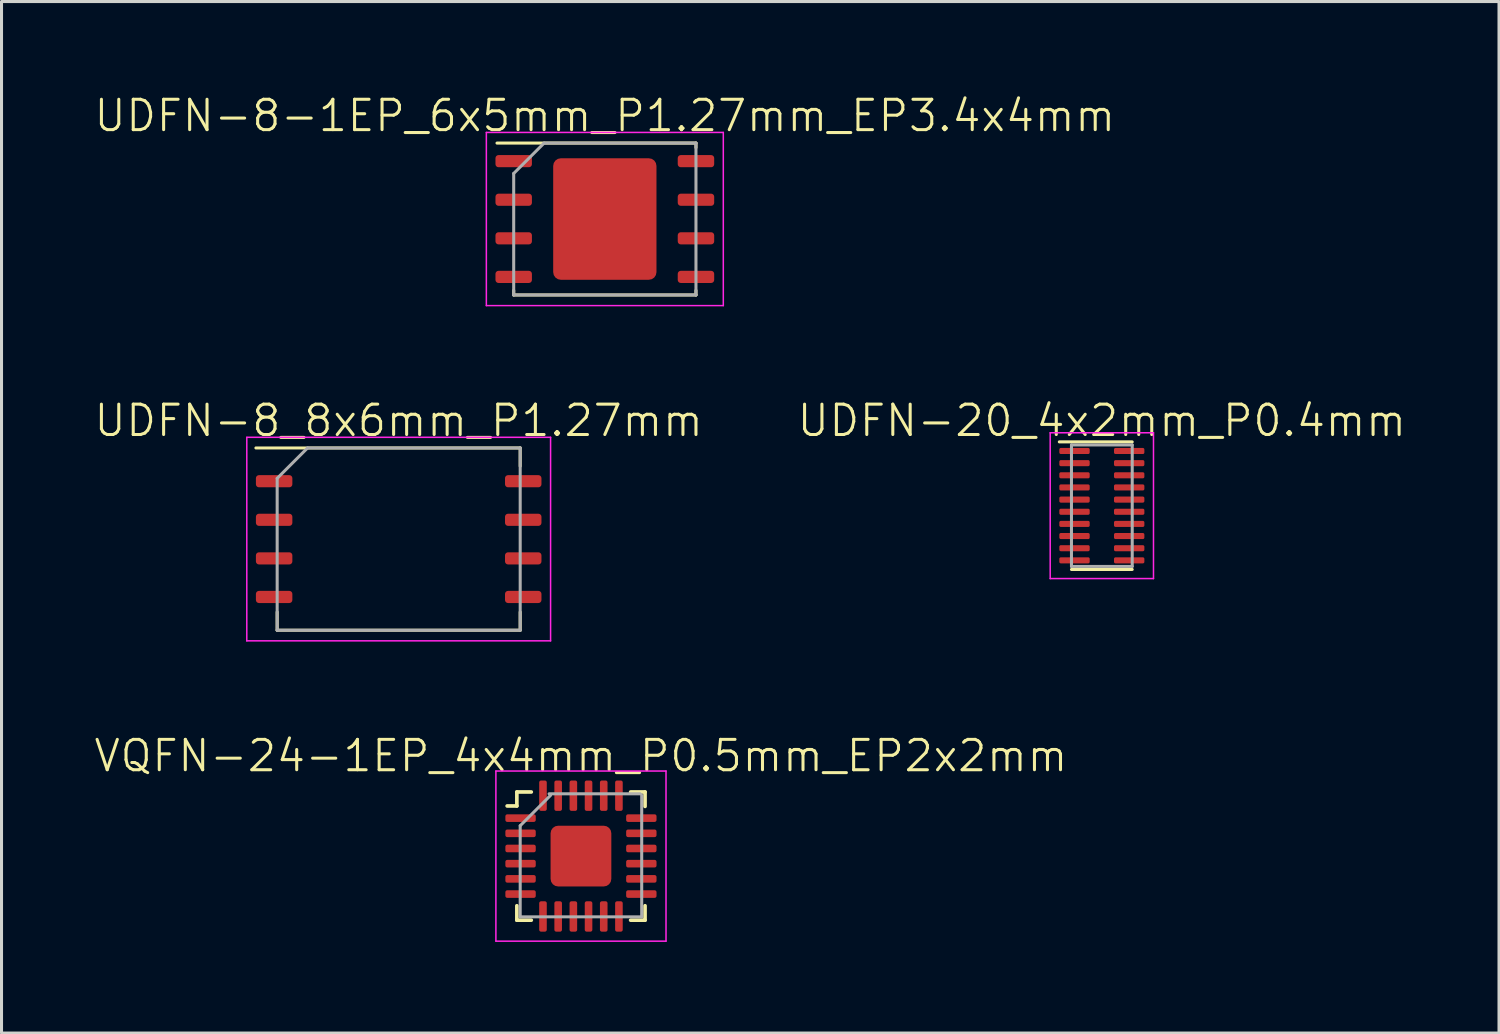
<source format=kicad_pcb>
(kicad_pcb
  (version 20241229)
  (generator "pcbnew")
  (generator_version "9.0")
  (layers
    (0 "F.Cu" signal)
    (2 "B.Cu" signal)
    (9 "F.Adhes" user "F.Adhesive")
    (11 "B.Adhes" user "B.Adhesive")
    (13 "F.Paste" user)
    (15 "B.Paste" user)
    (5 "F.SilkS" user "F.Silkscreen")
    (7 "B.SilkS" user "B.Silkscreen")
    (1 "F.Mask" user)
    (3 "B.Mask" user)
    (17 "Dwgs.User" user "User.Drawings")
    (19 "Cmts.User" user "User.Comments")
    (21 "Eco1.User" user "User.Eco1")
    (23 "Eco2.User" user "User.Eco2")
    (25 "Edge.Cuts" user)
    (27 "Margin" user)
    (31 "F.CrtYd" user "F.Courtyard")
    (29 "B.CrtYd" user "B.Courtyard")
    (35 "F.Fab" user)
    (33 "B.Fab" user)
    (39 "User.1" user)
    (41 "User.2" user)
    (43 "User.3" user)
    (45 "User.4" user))
  (footprint "VQFN-24-1EP_4x4mm_P0.5mm_EP2x2mm"
    (layer "F.Cu")
    (at 16.074 25.131)
    (property "Reference" "VQFN-24-1EP_4x4mm_P0.5mm_EP2x2mm" (at 0 -3.3 0) (layer "F.SilkS") (effects (font (size 1 1) (thickness 0.1))))
    (attr smd)
    (fp_line (start -2.11 -2.11) (end -2.11 -1.65) (stroke (width 0.12) (type solid)) (layer "F.SilkS"))
    (fp_line (start -2.11 -1.65) (end -2.43 -1.65) (stroke (width 0.12) (type solid)) (layer "F.SilkS"))
    (fp_line (start -2.11 2.11) (end -2.11 1.635) (stroke (width 0.12) (type solid)) (layer "F.SilkS"))
    (fp_line (start -1.635 -2.11) (end -2.11 -2.11) (stroke (width 0.12) (type solid)) (layer "F.SilkS"))
    (fp_line (start -1.635 2.11) (end -2.11 2.11) (stroke (width 0.12) (type solid)) (layer "F.SilkS"))
    (fp_line (start 1.635 -2.11) (end 2.11 -2.11) (stroke (width 0.12) (type solid)) (layer "F.SilkS"))
    (fp_line (start 1.635 2.11) (end 2.11 2.11) (stroke (width 0.12) (type solid)) (layer "F.SilkS"))
    (fp_line (start 2.11 -2.11) (end 2.11 -1.635) (stroke (width 0.12) (type solid)) (layer "F.SilkS"))
    (fp_line (start 2.11 2.11) (end 2.11 1.635) (stroke (width 0.12) (type solid)) (layer "F.SilkS"))
    (fp_line (start -2.8 -2.8) (end -2.8 2.8) (stroke (width 0.05) (type solid)) (layer "F.CrtYd"))
    (fp_line (start -2.8 2.8) (end 2.8 2.8) (stroke (width 0.05) (type solid)) (layer "F.CrtYd"))
    (fp_line (start 2.8 -2.8) (end -2.8 -2.8) (stroke (width 0.05) (type solid)) (layer "F.CrtYd"))
    (fp_line (start 2.8 2.8) (end 2.8 -2.8) (stroke (width 0.05) (type solid)) (layer "F.CrtYd"))
    (fp_line (start -2 -1) (end -1 -2) (stroke (width 0.1) (type solid)) (layer "F.Fab"))
    (fp_line (start -2 2) (end -2 -1) (stroke (width 0.1) (type solid)) (layer "F.Fab"))
    (fp_line (start -1.05 -2.05) (end 1.95 -2.05) (stroke (width 0.1) (type solid)) (layer "F.Fab"))
    (fp_line (start 2 -2) (end 2 2) (stroke (width 0.1) (type solid)) (layer "F.Fab"))
    (fp_line (start 2 2) (end -2 2) (stroke (width 0.1) (type solid)) (layer "F.Fab"))
    (pad "" smd roundrect (at -0.42 -0.42) (size 0.66 0.66) (layers "F.Paste") (roundrect_rratio 0.25))
    (pad "" smd roundrect (at -0.42 0.42) (size 0.66 0.66) (layers "F.Paste") (roundrect_rratio 0.25))
    (pad "" smd roundrect (at 0.42 -0.42) (size 0.66 0.66) (layers "F.Paste") (roundrect_rratio 0.25))
    (pad "" smd roundrect (at 0.42 0.42) (size 0.66 0.66) (layers "F.Paste") (roundrect_rratio 0.25))
    (pad "1" smd roundrect (at -1.988 -1.25) (size 1 0.25) (layers "F.Cu" "F.Mask" "F.Paste") (roundrect_rratio 0.25))
    (pad "2" smd roundrect (at -1.988 -0.75) (size 1 0.25) (layers "F.Cu" "F.Mask" "F.Paste") (roundrect_rratio 0.25))
    (pad "3" smd roundrect (at -1.988 -0.25) (size 1 0.25) (layers "F.Cu" "F.Mask" "F.Paste") (roundrect_rratio 0.25))
    (pad "4" smd roundrect (at -1.988 0.25) (size 1 0.25) (layers "F.Cu" "F.Mask" "F.Paste") (roundrect_rratio 0.25))
    (pad "5" smd roundrect (at -1.988 0.75) (size 1 0.25) (layers "F.Cu" "F.Mask" "F.Paste") (roundrect_rratio 0.25))
    (pad "6" smd roundrect (at -1.988 1.25) (size 1 0.25) (layers "F.Cu" "F.Mask" "F.Paste") (roundrect_rratio 0.25))
    (pad "7" smd roundrect (at -1.25 1.988) (size 0.25 1) (layers "F.Cu" "F.Mask" "F.Paste") (roundrect_rratio 0.25))
    (pad "8" smd roundrect (at -0.75 1.988) (size 0.25 1) (layers "F.Cu" "F.Mask" "F.Paste") (roundrect_rratio 0.25))
    (pad "9" smd roundrect (at -0.25 1.988) (size 0.25 1) (layers "F.Cu" "F.Mask" "F.Paste") (roundrect_rratio 0.25))
    (pad "10" smd roundrect (at 0.25 1.988) (size 0.25 1) (layers "F.Cu" "F.Mask" "F.Paste") (roundrect_rratio 0.25))
    (pad "11" smd roundrect (at 0.75 1.988) (size 0.25 1) (layers "F.Cu" "F.Mask" "F.Paste") (roundrect_rratio 0.25))
    (pad "12" smd roundrect (at 1.25 1.988) (size 0.25 1) (layers "F.Cu" "F.Mask" "F.Paste") (roundrect_rratio 0.25))
    (pad "13" smd roundrect (at 1.988 1.25) (size 1 0.25) (layers "F.Cu" "F.Mask" "F.Paste") (roundrect_rratio 0.25))
    (pad "14" smd roundrect (at 1.988 0.75) (size 1 0.25) (layers "F.Cu" "F.Mask" "F.Paste") (roundrect_rratio 0.25))
    (pad "15" smd roundrect (at 1.988 0.25) (size 1 0.25) (layers "F.Cu" "F.Mask" "F.Paste") (roundrect_rratio 0.25))
    (pad "16" smd roundrect (at 1.988 -0.25) (size 1 0.25) (layers "F.Cu" "F.Mask" "F.Paste") (roundrect_rratio 0.25))
    (pad "17" smd roundrect (at 1.988 -0.75) (size 1 0.25) (layers "F.Cu" "F.Mask" "F.Paste") (roundrect_rratio 0.25))
    (pad "18" smd roundrect (at 1.988 -1.25) (size 1 0.25) (layers "F.Cu" "F.Mask" "F.Paste") (roundrect_rratio 0.25))
    (pad "19" smd roundrect (at 1.25 -1.988) (size 0.25 1) (layers "F.Cu" "F.Mask" "F.Paste") (roundrect_rratio 0.25))
    (pad "20" smd roundrect (at 0.75 -1.988) (size 0.25 1) (layers "F.Cu" "F.Mask" "F.Paste") (roundrect_rratio 0.25))
    (pad "21" smd roundrect (at 0.25 -1.988) (size 0.25 1) (layers "F.Cu" "F.Mask" "F.Paste") (roundrect_rratio 0.25))
    (pad "22" smd roundrect (at -0.25 -1.988) (size 0.25 1) (layers "F.Cu" "F.Mask" "F.Paste") (roundrect_rratio 0.25))
    (pad "23" smd roundrect (at -0.75 -1.988) (size 0.25 1) (layers "F.Cu" "F.Mask" "F.Paste") (roundrect_rratio 0.25))
    (pad "24" smd roundrect (at -1.25 -1.988) (size 0.25 1) (layers "F.Cu" "F.Mask" "F.Paste") (roundrect_rratio 0.25))
    (pad "25" smd roundrect (at 0 0) (size 2 2) (layers "F.Cu" "F.Mask") (roundrect_rratio 0.125)))
  (footprint "UDFN-8_8x6mm_P1.27mm"
    (layer "F.Cu")
    (at 10.074 14.696)
    (property "Reference" "UDFN-8_8x6mm_P1.27mm" (at 0 -3.9 0) (layer "F.SilkS") (effects (font (size 1 1) (thickness 0.1))))
    (attr smd)
    (fp_line (start -4 2.4) (end -4 3) (stroke (width 0.1) (type solid)) (layer "F.SilkS"))
    (fp_line (start -4 3) (end 4 3) (stroke (width 0.1) (type solid)) (layer "F.SilkS"))
    (fp_line (start 4 -3) (end -4.7 -3) (stroke (width 0.1) (type solid)) (layer "F.SilkS"))
    (fp_line (start 4 -3) (end 4 -2.4) (stroke (width 0.1) (type solid)) (layer "F.SilkS"))
    (fp_line (start 4 2.4) (end 4 3) (stroke (width 0.1) (type solid)) (layer "F.SilkS"))
    (fp_line (start -5 -3.35) (end -5 3.35) (stroke (width 0.05) (type solid)) (layer "F.CrtYd"))
    (fp_line (start -5 3.35) (end 5 3.35) (stroke (width 0.05) (type solid)) (layer "F.CrtYd"))
    (fp_line (start 5 -3.35) (end -5 -3.35) (stroke (width 0.05) (type solid)) (layer "F.CrtYd"))
    (fp_line (start 5 3.35) (end 5 -3.35) (stroke (width 0.05) (type solid)) (layer "F.CrtYd"))
    (fp_line (start -4 -2) (end -4 3) (stroke (width 0.1) (type solid)) (layer "F.Fab"))
    (fp_line (start -4 3) (end 4 3) (stroke (width 0.1) (type solid)) (layer "F.Fab"))
    (fp_line (start -3 -3) (end -4 -2) (stroke (width 0.1) (type solid)) (layer "F.Fab"))
    (fp_line (start 4 -3) (end -3 -3) (stroke (width 0.1) (type solid)) (layer "F.Fab"))
    (fp_line (start 4 3) (end 4 -3) (stroke (width 0.1) (type solid)) (layer "F.Fab"))
    (pad "1" smd roundrect (at -4.1 -1.905) (size 1.2 0.4) (layers "F.Cu" "F.Mask" "F.Paste") (roundrect_rratio 0.25))
    (pad "2" smd roundrect (at -4.1 -0.635) (size 1.2 0.4) (layers "F.Cu" "F.Mask" "F.Paste") (roundrect_rratio 0.25))
    (pad "3" smd roundrect (at -4.1 0.635) (size 1.2 0.4) (layers "F.Cu" "F.Mask" "F.Paste") (roundrect_rratio 0.25))
    (pad "4" smd roundrect (at -4.1 1.905) (size 1.2 0.4) (layers "F.Cu" "F.Mask" "F.Paste") (roundrect_rratio 0.25))
    (pad "5" smd roundrect (at 4.1 1.905) (size 1.2 0.4) (layers "F.Cu" "F.Mask" "F.Paste") (roundrect_rratio 0.25))
    (pad "6" smd roundrect (at 4.1 0.635) (size 1.2 0.4) (layers "F.Cu" "F.Mask" "F.Paste") (roundrect_rratio 0.25))
    (pad "7" smd roundrect (at 4.1 -0.635) (size 1.2 0.4) (layers "F.Cu" "F.Mask" "F.Paste") (roundrect_rratio 0.25))
    (pad "8" smd roundrect (at 4.1 -1.905) (size 1.2 0.4) (layers "F.Cu" "F.Mask" "F.Paste") (roundrect_rratio 0.25)))
  (footprint "UDFN-8-1EP_6x5mm_P1.27mm_EP3.4x4mm"
    (layer "F.Cu")
    (at 16.86 4.16)
    (property "Reference" "UDFN-8-1EP_6x5mm_P1.27mm_EP3.4x4mm" (at 0 -3.4 0) (layer "F.SilkS") (effects (font (size 1 1) (thickness 0.1))))
    (attr smd)
    (fp_line (start -3 2.35) (end -3 2.5) (stroke (width 0.1) (type solid)) (layer "F.SilkS"))
    (fp_line (start -3 2.5) (end 3 2.5) (stroke (width 0.1) (type solid)) (layer "F.SilkS"))
    (fp_line (start 3 -2.5) (end -3.55 -2.5) (stroke (width 0.1) (type solid)) (layer "F.SilkS"))
    (fp_line (start 3 -2.5) (end 3 -2.35) (stroke (width 0.1) (type solid)) (layer "F.SilkS"))
    (fp_line (start 3 2.35) (end 3 2.5) (stroke (width 0.1) (type solid)) (layer "F.SilkS"))
    (fp_line (start -3.9 -2.85) (end -3.9 2.85) (stroke (width 0.05) (type solid)) (layer "F.CrtYd"))
    (fp_line (start -3.9 2.85) (end 3.9 2.85) (stroke (width 0.05) (type solid)) (layer "F.CrtYd"))
    (fp_line (start 3.9 -2.85) (end -3.9 -2.85) (stroke (width 0.05) (type solid)) (layer "F.CrtYd"))
    (fp_line (start 3.9 2.85) (end 3.9 -2.85) (stroke (width 0.05) (type solid)) (layer "F.CrtYd"))
    (fp_line (start -3 -1.5) (end -3 2.5) (stroke (width 0.1) (type solid)) (layer "F.Fab"))
    (fp_line (start -3 2.5) (end 3 2.5) (stroke (width 0.1) (type solid)) (layer "F.Fab"))
    (fp_line (start -2 -2.5) (end -3 -1.5) (stroke (width 0.1) (type solid)) (layer "F.Fab"))
    (fp_line (start 3 -2.5) (end -2 -2.5) (stroke (width 0.1) (type solid)) (layer "F.Fab"))
    (fp_line (start 3 2.5) (end 3 -2.5) (stroke (width 0.1) (type solid)) (layer "F.Fab"))
    (pad "" smd roundrect (at -0.85 -1) (size 1.37 1.61) (layers "F.Paste") (roundrect_rratio 0.182))
    (pad "" smd roundrect (at -0.85 1) (size 1.37 1.61) (layers "F.Paste") (roundrect_rratio 0.182))
    (pad "" smd roundrect (at 0.85 -1) (size 1.37 1.61) (layers "F.Paste") (roundrect_rratio 0.182))
    (pad "" smd roundrect (at 0.85 1) (size 1.37 1.61) (layers "F.Paste") (roundrect_rratio 0.182))
    (pad "1" smd roundrect (at -3 -1.905) (size 1.2 0.4) (layers "F.Cu" "F.Mask" "F.Paste") (roundrect_rratio 0.25))
    (pad "2" smd roundrect (at -3 -0.635) (size 1.2 0.4) (layers "F.Cu" "F.Mask" "F.Paste") (roundrect_rratio 0.25))
    (pad "3" smd roundrect (at -3 0.635) (size 1.2 0.4) (layers "F.Cu" "F.Mask" "F.Paste") (roundrect_rratio 0.25))
    (pad "4" smd roundrect (at -3 1.905) (size 1.2 0.4) (layers "F.Cu" "F.Mask" "F.Paste") (roundrect_rratio 0.25))
    (pad "5" smd roundrect (at 3 1.905) (size 1.2 0.4) (layers "F.Cu" "F.Mask" "F.Paste") (roundrect_rratio 0.25))
    (pad "6" smd roundrect (at 3 0.635) (size 1.2 0.4) (layers "F.Cu" "F.Mask" "F.Paste") (roundrect_rratio 0.25))
    (pad "7" smd roundrect (at 3 -0.635) (size 1.2 0.4) (layers "F.Cu" "F.Mask" "F.Paste") (roundrect_rratio 0.25))
    (pad "8" smd roundrect (at 3 -1.905) (size 1.2 0.4) (layers "F.Cu" "F.Mask" "F.Paste") (roundrect_rratio 0.25))
    (pad "9" smd roundrect (at 0 0) (size 3.4 4) (layers "F.Cu" "F.Mask") (roundrect_rratio 0.074)))
  (footprint "UDFN-20_4x2mm_P0.4mm"
    (layer "F.Cu")
    (at 33.221 13.596)
    (property "Reference" "UDFN-20_4x2mm_P0.4mm" (at 0 -2.8 0) (unlocked yes) (layer "F.SilkS") (effects (font (size 1 1) (thickness 0.1))))
    (attr smd)
    (fp_line (start -1 2.1) (end 1 2.1) (stroke (width 0.1) (type solid)) (layer "F.SilkS"))
    (fp_line (start 1 -2.1) (end -1.4 -2.1) (stroke (width 0.1) (type solid)) (layer "F.SilkS"))
    (fp_line (start -1.7 -2.4) (end 1.7 -2.4) (stroke (width 0.05) (type solid)) (layer "F.CrtYd"))
    (fp_line (start -1.7 2.4) (end -1.7 -2.4) (stroke (width 0.05) (type solid)) (layer "F.CrtYd"))
    (fp_line (start 1.7 -2.4) (end 1.7 2.4) (stroke (width 0.05) (type solid)) (layer "F.CrtYd"))
    (fp_line (start 1.7 2.4) (end -1.7 2.4) (stroke (width 0.05) (type solid)) (layer "F.CrtYd"))
    (fp_line (start -1 -2) (end 1 -2) (stroke (width 0.1) (type solid)) (layer "F.Fab"))
    (fp_line (start -1 2) (end -1 -2) (stroke (width 0.1) (type solid)) (layer "F.Fab"))
    (fp_line (start 1 -2) (end 1 2) (stroke (width 0.1) (type solid)) (layer "F.Fab"))
    (fp_line (start 1 2) (end -1 2) (stroke (width 0.1) (type solid)) (layer "F.Fab"))
    (pad "1" smd roundrect (at -0.9 -1.8) (size 1 0.2) (layers "F.Cu" "F.Mask" "F.Paste") (roundrect_rratio 0.25))
    (pad "2" smd roundrect (at -0.9 -1.4) (size 1 0.2) (layers "F.Cu" "F.Mask" "F.Paste") (roundrect_rratio 0.25))
    (pad "3" smd roundrect (at -0.9 -1) (size 1 0.2) (layers "F.Cu" "F.Mask" "F.Paste") (roundrect_rratio 0.25))
    (pad "4" smd roundrect (at -0.9 -0.6) (size 1 0.2) (layers "F.Cu" "F.Mask" "F.Paste") (roundrect_rratio 0.25))
    (pad "5" smd roundrect (at -0.9 -0.2) (size 1 0.2) (layers "F.Cu" "F.Mask" "F.Paste") (roundrect_rratio 0.25))
    (pad "6" smd roundrect (at -0.9 0.2) (size 1 0.2) (layers "F.Cu" "F.Mask" "F.Paste") (roundrect_rratio 0.25))
    (pad "7" smd roundrect (at -0.9 0.6) (size 1 0.2) (layers "F.Cu" "F.Mask" "F.Paste") (roundrect_rratio 0.25))
    (pad "8" smd roundrect (at -0.9 1) (size 1 0.2) (layers "F.Cu" "F.Mask" "F.Paste") (roundrect_rratio 0.25))
    (pad "9" smd roundrect (at -0.9 1.4) (size 1 0.2) (layers "F.Cu" "F.Mask" "F.Paste") (roundrect_rratio 0.25))
    (pad "10" smd roundrect (at -0.9 1.8) (size 1 0.2) (layers "F.Cu" "F.Mask" "F.Paste") (roundrect_rratio 0.25))
    (pad "11" smd roundrect (at 0.9 1.8) (size 1 0.2) (layers "F.Cu" "F.Mask" "F.Paste") (roundrect_rratio 0.25))
    (pad "12" smd roundrect (at 0.9 1.4) (size 1 0.2) (layers "F.Cu" "F.Mask" "F.Paste") (roundrect_rratio 0.25))
    (pad "13" smd roundrect (at 0.9 1) (size 1 0.2) (layers "F.Cu" "F.Mask" "F.Paste") (roundrect_rratio 0.25))
    (pad "14" smd roundrect (at 0.9 0.6) (size 1 0.2) (layers "F.Cu" "F.Mask" "F.Paste") (roundrect_rratio 0.25))
    (pad "15" smd roundrect (at 0.9 0.2) (size 1 0.2) (layers "F.Cu" "F.Mask" "F.Paste") (roundrect_rratio 0.25))
    (pad "16" smd roundrect (at 0.9 -0.2) (size 1 0.2) (layers "F.Cu" "F.Mask" "F.Paste") (roundrect_rratio 0.25))
    (pad "17" smd roundrect (at 0.9 -0.6) (size 1 0.2) (layers "F.Cu" "F.Mask" "F.Paste") (roundrect_rratio 0.25))
    (pad "18" smd roundrect (at 0.9 -1) (size 1 0.2) (layers "F.Cu" "F.Mask" "F.Paste") (roundrect_rratio 0.25))
    (pad "19" smd roundrect (at 0.9 -1.4) (size 1 0.2) (layers "F.Cu" "F.Mask" "F.Paste") (roundrect_rratio 0.25))
    (pad "20" smd roundrect (at 0.9 -1.8) (size 1 0.2) (layers "F.Cu" "F.Mask" "F.Paste") (roundrect_rratio 0.25)))
  (gr_rect
    (start -3 -3)
    (end 46.295 30.956)
    (stroke (width 0.1) (type default))
    (fill no)
    (layer "Edge.Cuts")))
</source>
